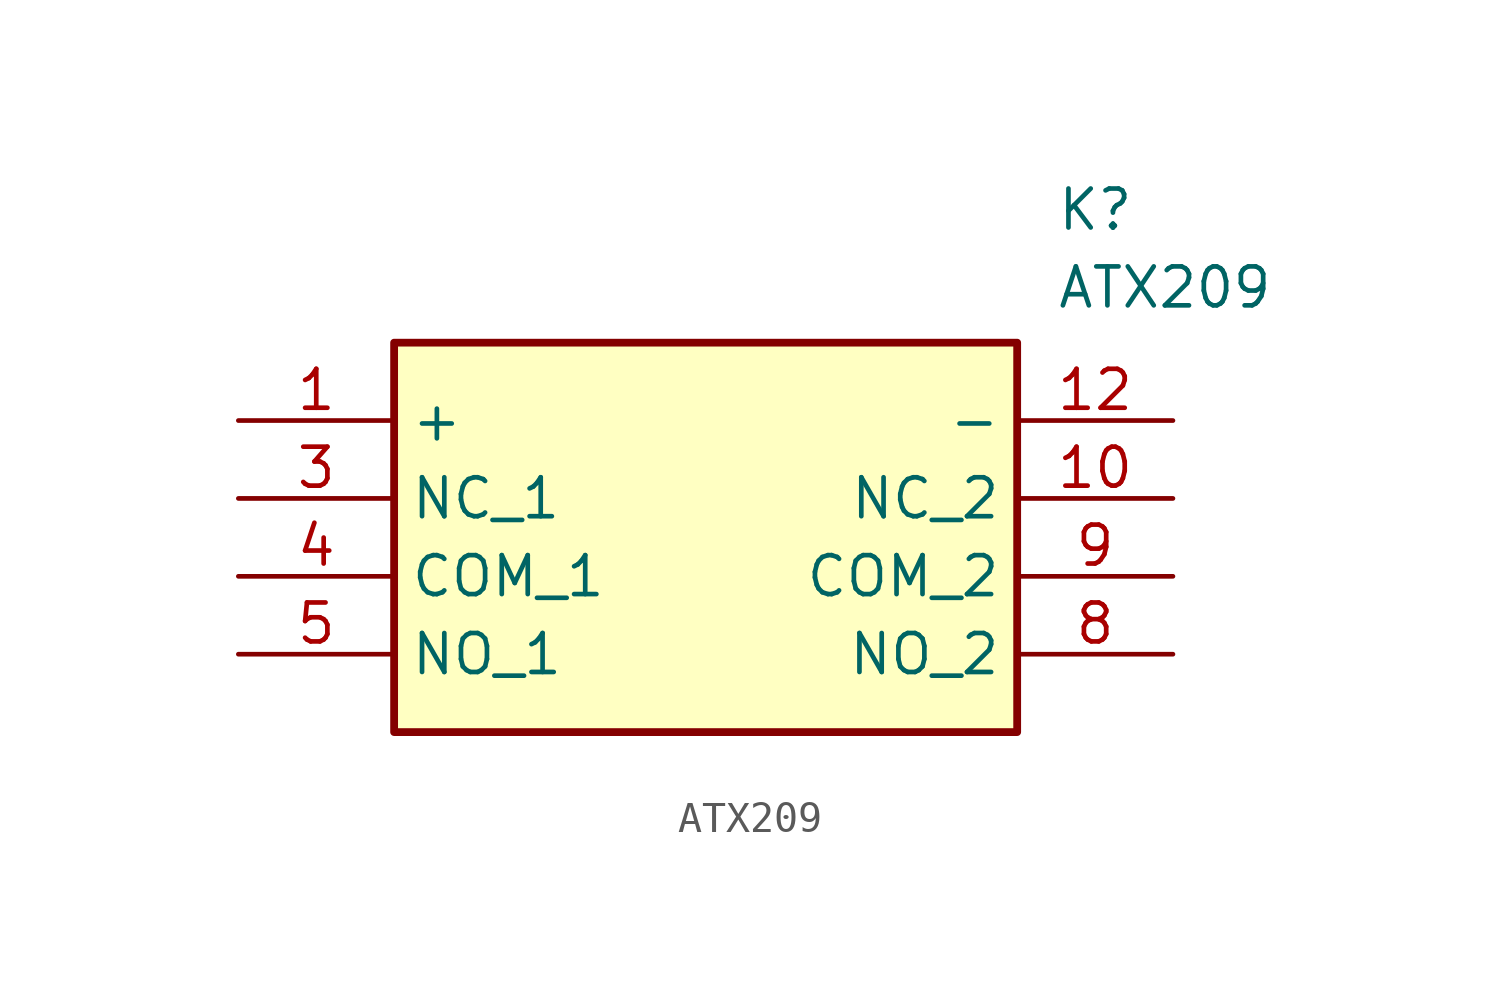
<source format=kicad_sym>
(kicad_symbol_lib
  (version 20211014)
  (generator SamacSys_ECAD_Model)
  (symbol "ATX209"
    (property "Reference" "K"
      (at 26.67 7.62 0)
      (effects (font (size 1.27 1.27)) (justify left top)))
    (property "Value" "ATX209"
      (at 26.67 5.08 0)
      (effects (font (size 1.27 1.27)) (justify left top)))
    (rectangle
      (start 5.08 2.54)
      (end 25.4 -10.16)
      (stroke (width 0.254) (type default))
      (fill (type background)))
    (pin passive line
      (at 0 0 0)
      (length 5.08)
      (name "+" (effects (font (size 1.27 1.27))))
      (number "1" (effects (font (size 1.27 1.27)))))
    (pin passive line
      (at 0 -2.54 0)
      (length 5.08)
      (name "NC_1" (effects (font (size 1.27 1.27))))
      (number "3" (effects (font (size 1.27 1.27)))))
    (pin passive line
      (at 0 -5.08 0)
      (length 5.08)
      (name "COM_1" (effects (font (size 1.27 1.27))))
      (number "4" (effects (font (size 1.27 1.27)))))
    (pin passive line
      (at 0 -7.62 0)
      (length 5.08)
      (name "NO_1" (effects (font (size 1.27 1.27))))
      (number "5" (effects (font (size 1.27 1.27)))))
    (pin passive line
      (at 30.48 -7.62 180)
      (length 5.08)
      (name "NO_2" (effects (font (size 1.27 1.27))))
      (number "8" (effects (font (size 1.27 1.27)))))
    (pin passive line
      (at 30.48 -5.08 180)
      (length 5.08)
      (name "COM_2" (effects (font (size 1.27 1.27))))
      (number "9" (effects (font (size 1.27 1.27)))))
    (pin passive line
      (at 30.48 -2.54 180)
      (length 5.08)
      (name "NC_2" (effects (font (size 1.27 1.27))))
      (number "10" (effects (font (size 1.27 1.27)))))
    (pin passive line
      (at 30.48 0 180)
      (length 5.08)
      (name "-" (effects (font (size 1.27 1.27))))
      (number "12" (effects (font (size 1.27 1.27)))))))
</source>
